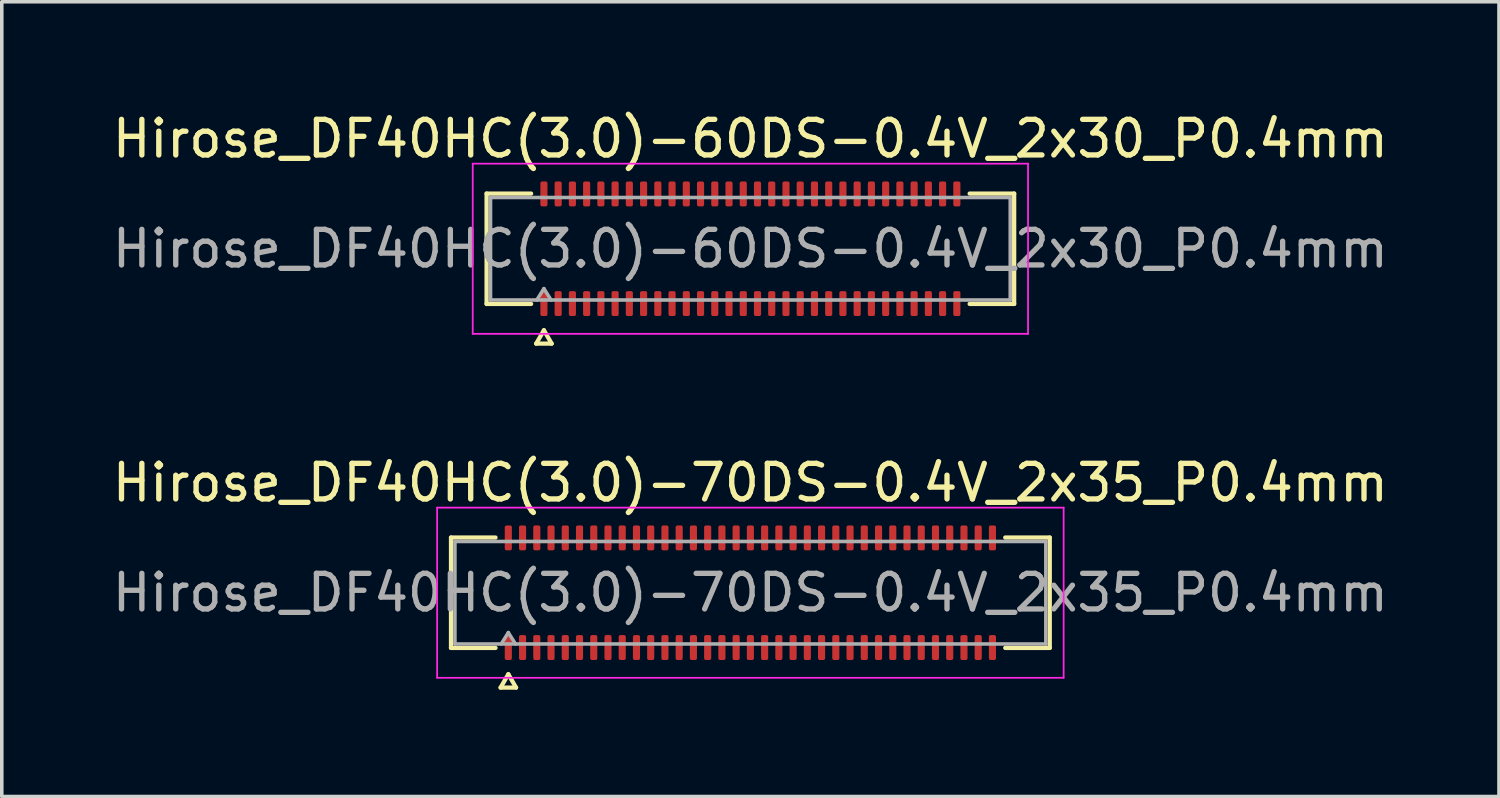
<source format=kicad_pcb>
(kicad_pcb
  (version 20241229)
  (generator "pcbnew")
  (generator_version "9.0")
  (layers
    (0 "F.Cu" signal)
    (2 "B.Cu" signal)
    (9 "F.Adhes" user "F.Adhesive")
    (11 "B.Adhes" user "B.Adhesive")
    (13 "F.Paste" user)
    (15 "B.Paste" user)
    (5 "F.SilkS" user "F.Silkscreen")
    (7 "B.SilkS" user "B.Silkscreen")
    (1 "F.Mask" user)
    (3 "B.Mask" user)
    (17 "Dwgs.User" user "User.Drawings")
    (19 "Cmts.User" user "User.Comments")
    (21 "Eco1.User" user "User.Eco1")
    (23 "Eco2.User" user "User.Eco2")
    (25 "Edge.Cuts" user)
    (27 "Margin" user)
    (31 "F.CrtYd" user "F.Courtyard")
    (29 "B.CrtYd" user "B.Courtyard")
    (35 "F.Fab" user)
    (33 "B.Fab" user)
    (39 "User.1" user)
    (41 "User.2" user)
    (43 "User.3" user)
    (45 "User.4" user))
  (footprint "Hirose_DF40HC(3.0)-60DS-0.4V_2x30_P0.4mm"
    (layer "F.Cu")
    (at 18.03 3.938)
    (property "Reference" "Hirose_DF40HC(3.0)-60DS-0.4V_2x30_P0.4mm" (at 0 -3.09 0) (layer "F.SilkS") (effects (font (size 1 1) (thickness 0.15))))
    (attr smd)
    (fp_line (start -7.41 -1.55) (end -6.16 -1.55) (stroke (width 0.12) (type solid)) (layer "F.SilkS"))
    (fp_line (start -7.41 1.55) (end -7.41 -1.55) (stroke (width 0.12) (type solid)) (layer "F.SilkS"))
    (fp_line (start -6.16 1.55) (end -7.41 1.55) (stroke (width 0.12) (type solid)) (layer "F.SilkS"))
    (fp_line (start -6.017 2.665) (end -5.8 2.29) (stroke (width 0.12) (type solid)) (layer "F.SilkS"))
    (fp_line (start -5.8 2.29) (end -5.583 2.665) (stroke (width 0.12) (type solid)) (layer "F.SilkS"))
    (fp_line (start -5.583 2.665) (end -6.017 2.665) (stroke (width 0.12) (type solid)) (layer "F.SilkS"))
    (fp_line (start 6.16 -1.55) (end 7.41 -1.55) (stroke (width 0.12) (type solid)) (layer "F.SilkS"))
    (fp_line (start 7.41 -1.55) (end 7.41 1.55) (stroke (width 0.12) (type solid)) (layer "F.SilkS"))
    (fp_line (start 7.41 1.55) (end 6.16 1.55) (stroke (width 0.12) (type solid)) (layer "F.SilkS"))
    (fp_line (start -7.8 -2.39) (end -7.8 2.39) (stroke (width 0.05) (type solid)) (layer "F.CrtYd"))
    (fp_line (start -7.8 2.39) (end 7.8 2.39) (stroke (width 0.05) (type solid)) (layer "F.CrtYd"))
    (fp_line (start 7.8 -2.39) (end -7.8 -2.39) (stroke (width 0.05) (type solid)) (layer "F.CrtYd"))
    (fp_line (start 7.8 2.39) (end 7.8 -2.39) (stroke (width 0.05) (type solid)) (layer "F.CrtYd"))
    (fp_line (start -7.3 -1.44) (end 7.3 -1.44) (stroke (width 0.1) (type solid)) (layer "F.Fab"))
    (fp_line (start -7.3 1.44) (end -7.3 -1.44) (stroke (width 0.1) (type solid)) (layer "F.Fab"))
    (fp_line (start -6 1.44) (end -5.8 1.12) (stroke (width 0.1) (type solid)) (layer "F.Fab"))
    (fp_line (start -5.8 1.12) (end -5.6 1.44) (stroke (width 0.1) (type solid)) (layer "F.Fab"))
    (fp_line (start 7.3 -1.44) (end 7.3 1.44) (stroke (width 0.1) (type solid)) (layer "F.Fab"))
    (fp_line (start 7.3 1.44) (end -7.3 1.44) (stroke (width 0.1) (type solid)) (layer "F.Fab"))
    (fp_text user "${REFERENCE}" (at 0 0 0) (layer "F.Fab") (effects (font (size 1 1) (thickness 0.15))))
    (pad "1" smd roundrect (at -5.8 1.54) (size 0.2 0.7) (layers "F.Cu" "F.Mask" "F.Paste") (roundrect_rratio 0.25))
    (pad "2" smd roundrect (at -5.8 -1.54) (size 0.2 0.7) (layers "F.Cu" "F.Mask" "F.Paste") (roundrect_rratio 0.25))
    (pad "3" smd roundrect (at -5.4 1.54) (size 0.2 0.7) (layers "F.Cu" "F.Mask" "F.Paste") (roundrect_rratio 0.25))
    (pad "4" smd roundrect (at -5.4 -1.54) (size 0.2 0.7) (layers "F.Cu" "F.Mask" "F.Paste") (roundrect_rratio 0.25))
    (pad "5" smd roundrect (at -5 1.54) (size 0.2 0.7) (layers "F.Cu" "F.Mask" "F.Paste") (roundrect_rratio 0.25))
    (pad "6" smd roundrect (at -5 -1.54) (size 0.2 0.7) (layers "F.Cu" "F.Mask" "F.Paste") (roundrect_rratio 0.25))
    (pad "7" smd roundrect (at -4.6 1.54) (size 0.2 0.7) (layers "F.Cu" "F.Mask" "F.Paste") (roundrect_rratio 0.25))
    (pad "8" smd roundrect (at -4.6 -1.54) (size 0.2 0.7) (layers "F.Cu" "F.Mask" "F.Paste") (roundrect_rratio 0.25))
    (pad "9" smd roundrect (at -4.2 1.54) (size 0.2 0.7) (layers "F.Cu" "F.Mask" "F.Paste") (roundrect_rratio 0.25))
    (pad "10" smd roundrect (at -4.2 -1.54) (size 0.2 0.7) (layers "F.Cu" "F.Mask" "F.Paste") (roundrect_rratio 0.25))
    (pad "11" smd roundrect (at -3.8 1.54) (size 0.2 0.7) (layers "F.Cu" "F.Mask" "F.Paste") (roundrect_rratio 0.25))
    (pad "12" smd roundrect (at -3.8 -1.54) (size 0.2 0.7) (layers "F.Cu" "F.Mask" "F.Paste") (roundrect_rratio 0.25))
    (pad "13" smd roundrect (at -3.4 1.54) (size 0.2 0.7) (layers "F.Cu" "F.Mask" "F.Paste") (roundrect_rratio 0.25))
    (pad "14" smd roundrect (at -3.4 -1.54) (size 0.2 0.7) (layers "F.Cu" "F.Mask" "F.Paste") (roundrect_rratio 0.25))
    (pad "15" smd roundrect (at -3 1.54) (size 0.2 0.7) (layers "F.Cu" "F.Mask" "F.Paste") (roundrect_rratio 0.25))
    (pad "16" smd roundrect (at -3 -1.54) (size 0.2 0.7) (layers "F.Cu" "F.Mask" "F.Paste") (roundrect_rratio 0.25))
    (pad "17" smd roundrect (at -2.6 1.54) (size 0.2 0.7) (layers "F.Cu" "F.Mask" "F.Paste") (roundrect_rratio 0.25))
    (pad "18" smd roundrect (at -2.6 -1.54) (size 0.2 0.7) (layers "F.Cu" "F.Mask" "F.Paste") (roundrect_rratio 0.25))
    (pad "19" smd roundrect (at -2.2 1.54) (size 0.2 0.7) (layers "F.Cu" "F.Mask" "F.Paste") (roundrect_rratio 0.25))
    (pad "20" smd roundrect (at -2.2 -1.54) (size 0.2 0.7) (layers "F.Cu" "F.Mask" "F.Paste") (roundrect_rratio 0.25))
    (pad "21" smd roundrect (at -1.8 1.54) (size 0.2 0.7) (layers "F.Cu" "F.Mask" "F.Paste") (roundrect_rratio 0.25))
    (pad "22" smd roundrect (at -1.8 -1.54) (size 0.2 0.7) (layers "F.Cu" "F.Mask" "F.Paste") (roundrect_rratio 0.25))
    (pad "23" smd roundrect (at -1.4 1.54) (size 0.2 0.7) (layers "F.Cu" "F.Mask" "F.Paste") (roundrect_rratio 0.25))
    (pad "24" smd roundrect (at -1.4 -1.54) (size 0.2 0.7) (layers "F.Cu" "F.Mask" "F.Paste") (roundrect_rratio 0.25))
    (pad "25" smd roundrect (at -1 1.54) (size 0.2 0.7) (layers "F.Cu" "F.Mask" "F.Paste") (roundrect_rratio 0.25))
    (pad "26" smd roundrect (at -1 -1.54) (size 0.2 0.7) (layers "F.Cu" "F.Mask" "F.Paste") (roundrect_rratio 0.25))
    (pad "27" smd roundrect (at -0.6 1.54) (size 0.2 0.7) (layers "F.Cu" "F.Mask" "F.Paste") (roundrect_rratio 0.25))
    (pad "28" smd roundrect (at -0.6 -1.54) (size 0.2 0.7) (layers "F.Cu" "F.Mask" "F.Paste") (roundrect_rratio 0.25))
    (pad "29" smd roundrect (at -0.2 1.54) (size 0.2 0.7) (layers "F.Cu" "F.Mask" "F.Paste") (roundrect_rratio 0.25))
    (pad "30" smd roundrect (at -0.2 -1.54) (size 0.2 0.7) (layers "F.Cu" "F.Mask" "F.Paste") (roundrect_rratio 0.25))
    (pad "31" smd roundrect (at 0.2 1.54) (size 0.2 0.7) (layers "F.Cu" "F.Mask" "F.Paste") (roundrect_rratio 0.25))
    (pad "32" smd roundrect (at 0.2 -1.54) (size 0.2 0.7) (layers "F.Cu" "F.Mask" "F.Paste") (roundrect_rratio 0.25))
    (pad "33" smd roundrect (at 0.6 1.54) (size 0.2 0.7) (layers "F.Cu" "F.Mask" "F.Paste") (roundrect_rratio 0.25))
    (pad "34" smd roundrect (at 0.6 -1.54) (size 0.2 0.7) (layers "F.Cu" "F.Mask" "F.Paste") (roundrect_rratio 0.25))
    (pad "35" smd roundrect (at 1 1.54) (size 0.2 0.7) (layers "F.Cu" "F.Mask" "F.Paste") (roundrect_rratio 0.25))
    (pad "36" smd roundrect (at 1 -1.54) (size 0.2 0.7) (layers "F.Cu" "F.Mask" "F.Paste") (roundrect_rratio 0.25))
    (pad "37" smd roundrect (at 1.4 1.54) (size 0.2 0.7) (layers "F.Cu" "F.Mask" "F.Paste") (roundrect_rratio 0.25))
    (pad "38" smd roundrect (at 1.4 -1.54) (size 0.2 0.7) (layers "F.Cu" "F.Mask" "F.Paste") (roundrect_rratio 0.25))
    (pad "39" smd roundrect (at 1.8 1.54) (size 0.2 0.7) (layers "F.Cu" "F.Mask" "F.Paste") (roundrect_rratio 0.25))
    (pad "40" smd roundrect (at 1.8 -1.54) (size 0.2 0.7) (layers "F.Cu" "F.Mask" "F.Paste") (roundrect_rratio 0.25))
    (pad "41" smd roundrect (at 2.2 1.54) (size 0.2 0.7) (layers "F.Cu" "F.Mask" "F.Paste") (roundrect_rratio 0.25))
    (pad "42" smd roundrect (at 2.2 -1.54) (size 0.2 0.7) (layers "F.Cu" "F.Mask" "F.Paste") (roundrect_rratio 0.25))
    (pad "43" smd roundrect (at 2.6 1.54) (size 0.2 0.7) (layers "F.Cu" "F.Mask" "F.Paste") (roundrect_rratio 0.25))
    (pad "44" smd roundrect (at 2.6 -1.54) (size 0.2 0.7) (layers "F.Cu" "F.Mask" "F.Paste") (roundrect_rratio 0.25))
    (pad "45" smd roundrect (at 3 1.54) (size 0.2 0.7) (layers "F.Cu" "F.Mask" "F.Paste") (roundrect_rratio 0.25))
    (pad "46" smd roundrect (at 3 -1.54) (size 0.2 0.7) (layers "F.Cu" "F.Mask" "F.Paste") (roundrect_rratio 0.25))
    (pad "47" smd roundrect (at 3.4 1.54) (size 0.2 0.7) (layers "F.Cu" "F.Mask" "F.Paste") (roundrect_rratio 0.25))
    (pad "48" smd roundrect (at 3.4 -1.54) (size 0.2 0.7) (layers "F.Cu" "F.Mask" "F.Paste") (roundrect_rratio 0.25))
    (pad "49" smd roundrect (at 3.8 1.54) (size 0.2 0.7) (layers "F.Cu" "F.Mask" "F.Paste") (roundrect_rratio 0.25))
    (pad "50" smd roundrect (at 3.8 -1.54) (size 0.2 0.7) (layers "F.Cu" "F.Mask" "F.Paste") (roundrect_rratio 0.25))
    (pad "51" smd roundrect (at 4.2 1.54) (size 0.2 0.7) (layers "F.Cu" "F.Mask" "F.Paste") (roundrect_rratio 0.25))
    (pad "52" smd roundrect (at 4.2 -1.54) (size 0.2 0.7) (layers "F.Cu" "F.Mask" "F.Paste") (roundrect_rratio 0.25))
    (pad "53" smd roundrect (at 4.6 1.54) (size 0.2 0.7) (layers "F.Cu" "F.Mask" "F.Paste") (roundrect_rratio 0.25))
    (pad "54" smd roundrect (at 4.6 -1.54) (size 0.2 0.7) (layers "F.Cu" "F.Mask" "F.Paste") (roundrect_rratio 0.25))
    (pad "55" smd roundrect (at 5 1.54) (size 0.2 0.7) (layers "F.Cu" "F.Mask" "F.Paste") (roundrect_rratio 0.25))
    (pad "56" smd roundrect (at 5 -1.54) (size 0.2 0.7) (layers "F.Cu" "F.Mask" "F.Paste") (roundrect_rratio 0.25))
    (pad "57" smd roundrect (at 5.4 1.54) (size 0.2 0.7) (layers "F.Cu" "F.Mask" "F.Paste") (roundrect_rratio 0.25))
    (pad "58" smd roundrect (at 5.4 -1.54) (size 0.2 0.7) (layers "F.Cu" "F.Mask" "F.Paste") (roundrect_rratio 0.25))
    (pad "59" smd roundrect (at 5.8 1.54) (size 0.2 0.7) (layers "F.Cu" "F.Mask" "F.Paste") (roundrect_rratio 0.25))
    (pad "60" smd roundrect (at 5.8 -1.54) (size 0.2 0.7) (layers "F.Cu" "F.Mask" "F.Paste") (roundrect_rratio 0.25)))
  (footprint "Hirose_DF40HC(3.0)-70DS-0.4V_2x35_P0.4mm"
    (layer "F.Cu")
    (at 18.03 13.601)
    (property "Reference" "Hirose_DF40HC(3.0)-70DS-0.4V_2x35_P0.4mm" (at 0 -3.09 0) (layer "F.SilkS") (effects (font (size 1 1) (thickness 0.15))))
    (attr smd)
    (fp_line (start -8.41 -1.55) (end -7.16 -1.55) (stroke (width 0.12) (type solid)) (layer "F.SilkS"))
    (fp_line (start -8.41 1.55) (end -8.41 -1.55) (stroke (width 0.12) (type solid)) (layer "F.SilkS"))
    (fp_line (start -7.16 1.55) (end -8.41 1.55) (stroke (width 0.12) (type solid)) (layer "F.SilkS"))
    (fp_line (start -7.017 2.665) (end -6.8 2.29) (stroke (width 0.12) (type solid)) (layer "F.SilkS"))
    (fp_line (start -6.8 2.29) (end -6.583 2.665) (stroke (width 0.12) (type solid)) (layer "F.SilkS"))
    (fp_line (start -6.583 2.665) (end -7.017 2.665) (stroke (width 0.12) (type solid)) (layer "F.SilkS"))
    (fp_line (start 7.16 -1.55) (end 8.41 -1.55) (stroke (width 0.12) (type solid)) (layer "F.SilkS"))
    (fp_line (start 8.41 -1.55) (end 8.41 1.55) (stroke (width 0.12) (type solid)) (layer "F.SilkS"))
    (fp_line (start 8.41 1.55) (end 7.16 1.55) (stroke (width 0.12) (type solid)) (layer "F.SilkS"))
    (fp_line (start -8.8 -2.39) (end -8.8 2.39) (stroke (width 0.05) (type solid)) (layer "F.CrtYd"))
    (fp_line (start -8.8 2.39) (end 8.8 2.39) (stroke (width 0.05) (type solid)) (layer "F.CrtYd"))
    (fp_line (start 8.8 -2.39) (end -8.8 -2.39) (stroke (width 0.05) (type solid)) (layer "F.CrtYd"))
    (fp_line (start 8.8 2.39) (end 8.8 -2.39) (stroke (width 0.05) (type solid)) (layer "F.CrtYd"))
    (fp_line (start -8.3 -1.44) (end 8.3 -1.44) (stroke (width 0.1) (type solid)) (layer "F.Fab"))
    (fp_line (start -8.3 1.44) (end -8.3 -1.44) (stroke (width 0.1) (type solid)) (layer "F.Fab"))
    (fp_line (start -7 1.44) (end -6.8 1.12) (stroke (width 0.1) (type solid)) (layer "F.Fab"))
    (fp_line (start -6.8 1.12) (end -6.6 1.44) (stroke (width 0.1) (type solid)) (layer "F.Fab"))
    (fp_line (start 8.3 -1.44) (end 8.3 1.44) (stroke (width 0.1) (type solid)) (layer "F.Fab"))
    (fp_line (start 8.3 1.44) (end -8.3 1.44) (stroke (width 0.1) (type solid)) (layer "F.Fab"))
    (fp_text user "${REFERENCE}" (at 0 0 0) (layer "F.Fab") (effects (font (size 1 1) (thickness 0.15))))
    (pad "1" smd roundrect (at -6.8 1.54) (size 0.2 0.7) (layers "F.Cu" "F.Mask" "F.Paste") (roundrect_rratio 0.25))
    (pad "2" smd roundrect (at -6.8 -1.54) (size 0.2 0.7) (layers "F.Cu" "F.Mask" "F.Paste") (roundrect_rratio 0.25))
    (pad "3" smd roundrect (at -6.4 1.54) (size 0.2 0.7) (layers "F.Cu" "F.Mask" "F.Paste") (roundrect_rratio 0.25))
    (pad "4" smd roundrect (at -6.4 -1.54) (size 0.2 0.7) (layers "F.Cu" "F.Mask" "F.Paste") (roundrect_rratio 0.25))
    (pad "5" smd roundrect (at -6 1.54) (size 0.2 0.7) (layers "F.Cu" "F.Mask" "F.Paste") (roundrect_rratio 0.25))
    (pad "6" smd roundrect (at -6 -1.54) (size 0.2 0.7) (layers "F.Cu" "F.Mask" "F.Paste") (roundrect_rratio 0.25))
    (pad "7" smd roundrect (at -5.6 1.54) (size 0.2 0.7) (layers "F.Cu" "F.Mask" "F.Paste") (roundrect_rratio 0.25))
    (pad "8" smd roundrect (at -5.6 -1.54) (size 0.2 0.7) (layers "F.Cu" "F.Mask" "F.Paste") (roundrect_rratio 0.25))
    (pad "9" smd roundrect (at -5.2 1.54) (size 0.2 0.7) (layers "F.Cu" "F.Mask" "F.Paste") (roundrect_rratio 0.25))
    (pad "10" smd roundrect (at -5.2 -1.54) (size 0.2 0.7) (layers "F.Cu" "F.Mask" "F.Paste") (roundrect_rratio 0.25))
    (pad "11" smd roundrect (at -4.8 1.54) (size 0.2 0.7) (layers "F.Cu" "F.Mask" "F.Paste") (roundrect_rratio 0.25))
    (pad "12" smd roundrect (at -4.8 -1.54) (size 0.2 0.7) (layers "F.Cu" "F.Mask" "F.Paste") (roundrect_rratio 0.25))
    (pad "13" smd roundrect (at -4.4 1.54) (size 0.2 0.7) (layers "F.Cu" "F.Mask" "F.Paste") (roundrect_rratio 0.25))
    (pad "14" smd roundrect (at -4.4 -1.54) (size 0.2 0.7) (layers "F.Cu" "F.Mask" "F.Paste") (roundrect_rratio 0.25))
    (pad "15" smd roundrect (at -4 1.54) (size 0.2 0.7) (layers "F.Cu" "F.Mask" "F.Paste") (roundrect_rratio 0.25))
    (pad "16" smd roundrect (at -4 -1.54) (size 0.2 0.7) (layers "F.Cu" "F.Mask" "F.Paste") (roundrect_rratio 0.25))
    (pad "17" smd roundrect (at -3.6 1.54) (size 0.2 0.7) (layers "F.Cu" "F.Mask" "F.Paste") (roundrect_rratio 0.25))
    (pad "18" smd roundrect (at -3.6 -1.54) (size 0.2 0.7) (layers "F.Cu" "F.Mask" "F.Paste") (roundrect_rratio 0.25))
    (pad "19" smd roundrect (at -3.2 1.54) (size 0.2 0.7) (layers "F.Cu" "F.Mask" "F.Paste") (roundrect_rratio 0.25))
    (pad "20" smd roundrect (at -3.2 -1.54) (size 0.2 0.7) (layers "F.Cu" "F.Mask" "F.Paste") (roundrect_rratio 0.25))
    (pad "21" smd roundrect (at -2.8 1.54) (size 0.2 0.7) (layers "F.Cu" "F.Mask" "F.Paste") (roundrect_rratio 0.25))
    (pad "22" smd roundrect (at -2.8 -1.54) (size 0.2 0.7) (layers "F.Cu" "F.Mask" "F.Paste") (roundrect_rratio 0.25))
    (pad "23" smd roundrect (at -2.4 1.54) (size 0.2 0.7) (layers "F.Cu" "F.Mask" "F.Paste") (roundrect_rratio 0.25))
    (pad "24" smd roundrect (at -2.4 -1.54) (size 0.2 0.7) (layers "F.Cu" "F.Mask" "F.Paste") (roundrect_rratio 0.25))
    (pad "25" smd roundrect (at -2 1.54) (size 0.2 0.7) (layers "F.Cu" "F.Mask" "F.Paste") (roundrect_rratio 0.25))
    (pad "26" smd roundrect (at -2 -1.54) (size 0.2 0.7) (layers "F.Cu" "F.Mask" "F.Paste") (roundrect_rratio 0.25))
    (pad "27" smd roundrect (at -1.6 1.54) (size 0.2 0.7) (layers "F.Cu" "F.Mask" "F.Paste") (roundrect_rratio 0.25))
    (pad "28" smd roundrect (at -1.6 -1.54) (size 0.2 0.7) (layers "F.Cu" "F.Mask" "F.Paste") (roundrect_rratio 0.25))
    (pad "29" smd roundrect (at -1.2 1.54) (size 0.2 0.7) (layers "F.Cu" "F.Mask" "F.Paste") (roundrect_rratio 0.25))
    (pad "30" smd roundrect (at -1.2 -1.54) (size 0.2 0.7) (layers "F.Cu" "F.Mask" "F.Paste") (roundrect_rratio 0.25))
    (pad "31" smd roundrect (at -0.8 1.54) (size 0.2 0.7) (layers "F.Cu" "F.Mask" "F.Paste") (roundrect_rratio 0.25))
    (pad "32" smd roundrect (at -0.8 -1.54) (size 0.2 0.7) (layers "F.Cu" "F.Mask" "F.Paste") (roundrect_rratio 0.25))
    (pad "33" smd roundrect (at -0.4 1.54) (size 0.2 0.7) (layers "F.Cu" "F.Mask" "F.Paste") (roundrect_rratio 0.25))
    (pad "34" smd roundrect (at -0.4 -1.54) (size 0.2 0.7) (layers "F.Cu" "F.Mask" "F.Paste") (roundrect_rratio 0.25))
    (pad "35" smd roundrect (at 0 1.54) (size 0.2 0.7) (layers "F.Cu" "F.Mask" "F.Paste") (roundrect_rratio 0.25))
    (pad "36" smd roundrect (at 0 -1.54) (size 0.2 0.7) (layers "F.Cu" "F.Mask" "F.Paste") (roundrect_rratio 0.25))
    (pad "37" smd roundrect (at 0.4 1.54) (size 0.2 0.7) (layers "F.Cu" "F.Mask" "F.Paste") (roundrect_rratio 0.25))
    (pad "38" smd roundrect (at 0.4 -1.54) (size 0.2 0.7) (layers "F.Cu" "F.Mask" "F.Paste") (roundrect_rratio 0.25))
    (pad "39" smd roundrect (at 0.8 1.54) (size 0.2 0.7) (layers "F.Cu" "F.Mask" "F.Paste") (roundrect_rratio 0.25))
    (pad "40" smd roundrect (at 0.8 -1.54) (size 0.2 0.7) (layers "F.Cu" "F.Mask" "F.Paste") (roundrect_rratio 0.25))
    (pad "41" smd roundrect (at 1.2 1.54) (size 0.2 0.7) (layers "F.Cu" "F.Mask" "F.Paste") (roundrect_rratio 0.25))
    (pad "42" smd roundrect (at 1.2 -1.54) (size 0.2 0.7) (layers "F.Cu" "F.Mask" "F.Paste") (roundrect_rratio 0.25))
    (pad "43" smd roundrect (at 1.6 1.54) (size 0.2 0.7) (layers "F.Cu" "F.Mask" "F.Paste") (roundrect_rratio 0.25))
    (pad "44" smd roundrect (at 1.6 -1.54) (size 0.2 0.7) (layers "F.Cu" "F.Mask" "F.Paste") (roundrect_rratio 0.25))
    (pad "45" smd roundrect (at 2 1.54) (size 0.2 0.7) (layers "F.Cu" "F.Mask" "F.Paste") (roundrect_rratio 0.25))
    (pad "46" smd roundrect (at 2 -1.54) (size 0.2 0.7) (layers "F.Cu" "F.Mask" "F.Paste") (roundrect_rratio 0.25))
    (pad "47" smd roundrect (at 2.4 1.54) (size 0.2 0.7) (layers "F.Cu" "F.Mask" "F.Paste") (roundrect_rratio 0.25))
    (pad "48" smd roundrect (at 2.4 -1.54) (size 0.2 0.7) (layers "F.Cu" "F.Mask" "F.Paste") (roundrect_rratio 0.25))
    (pad "49" smd roundrect (at 2.8 1.54) (size 0.2 0.7) (layers "F.Cu" "F.Mask" "F.Paste") (roundrect_rratio 0.25))
    (pad "50" smd roundrect (at 2.8 -1.54) (size 0.2 0.7) (layers "F.Cu" "F.Mask" "F.Paste") (roundrect_rratio 0.25))
    (pad "51" smd roundrect (at 3.2 1.54) (size 0.2 0.7) (layers "F.Cu" "F.Mask" "F.Paste") (roundrect_rratio 0.25))
    (pad "52" smd roundrect (at 3.2 -1.54) (size 0.2 0.7) (layers "F.Cu" "F.Mask" "F.Paste") (roundrect_rratio 0.25))
    (pad "53" smd roundrect (at 3.6 1.54) (size 0.2 0.7) (layers "F.Cu" "F.Mask" "F.Paste") (roundrect_rratio 0.25))
    (pad "54" smd roundrect (at 3.6 -1.54) (size 0.2 0.7) (layers "F.Cu" "F.Mask" "F.Paste") (roundrect_rratio 0.25))
    (pad "55" smd roundrect (at 4 1.54) (size 0.2 0.7) (layers "F.Cu" "F.Mask" "F.Paste") (roundrect_rratio 0.25))
    (pad "56" smd roundrect (at 4 -1.54) (size 0.2 0.7) (layers "F.Cu" "F.Mask" "F.Paste") (roundrect_rratio 0.25))
    (pad "57" smd roundrect (at 4.4 1.54) (size 0.2 0.7) (layers "F.Cu" "F.Mask" "F.Paste") (roundrect_rratio 0.25))
    (pad "58" smd roundrect (at 4.4 -1.54) (size 0.2 0.7) (layers "F.Cu" "F.Mask" "F.Paste") (roundrect_rratio 0.25))
    (pad "59" smd roundrect (at 4.8 1.54) (size 0.2 0.7) (layers "F.Cu" "F.Mask" "F.Paste") (roundrect_rratio 0.25))
    (pad "60" smd roundrect (at 4.8 -1.54) (size 0.2 0.7) (layers "F.Cu" "F.Mask" "F.Paste") (roundrect_rratio 0.25))
    (pad "61" smd roundrect (at 5.2 1.54) (size 0.2 0.7) (layers "F.Cu" "F.Mask" "F.Paste") (roundrect_rratio 0.25))
    (pad "62" smd roundrect (at 5.2 -1.54) (size 0.2 0.7) (layers "F.Cu" "F.Mask" "F.Paste") (roundrect_rratio 0.25))
    (pad "63" smd roundrect (at 5.6 1.54) (size 0.2 0.7) (layers "F.Cu" "F.Mask" "F.Paste") (roundrect_rratio 0.25))
    (pad "64" smd roundrect (at 5.6 -1.54) (size 0.2 0.7) (layers "F.Cu" "F.Mask" "F.Paste") (roundrect_rratio 0.25))
    (pad "65" smd roundrect (at 6 1.54) (size 0.2 0.7) (layers "F.Cu" "F.Mask" "F.Paste") (roundrect_rratio 0.25))
    (pad "66" smd roundrect (at 6 -1.54) (size 0.2 0.7) (layers "F.Cu" "F.Mask" "F.Paste") (roundrect_rratio 0.25))
    (pad "67" smd roundrect (at 6.4 1.54) (size 0.2 0.7) (layers "F.Cu" "F.Mask" "F.Paste") (roundrect_rratio 0.25))
    (pad "68" smd roundrect (at 6.4 -1.54) (size 0.2 0.7) (layers "F.Cu" "F.Mask" "F.Paste") (roundrect_rratio 0.25))
    (pad "69" smd roundrect (at 6.8 1.54) (size 0.2 0.7) (layers "F.Cu" "F.Mask" "F.Paste") (roundrect_rratio 0.25))
    (pad "70" smd roundrect (at 6.8 -1.54) (size 0.2 0.7) (layers "F.Cu" "F.Mask" "F.Paste") (roundrect_rratio 0.25)))
  (gr_rect
    (start -3 -3)
    (end 39.06 19.326)
    (stroke (width 0.1) (type default))
    (fill no)
    (layer "Edge.Cuts")))
</source>
